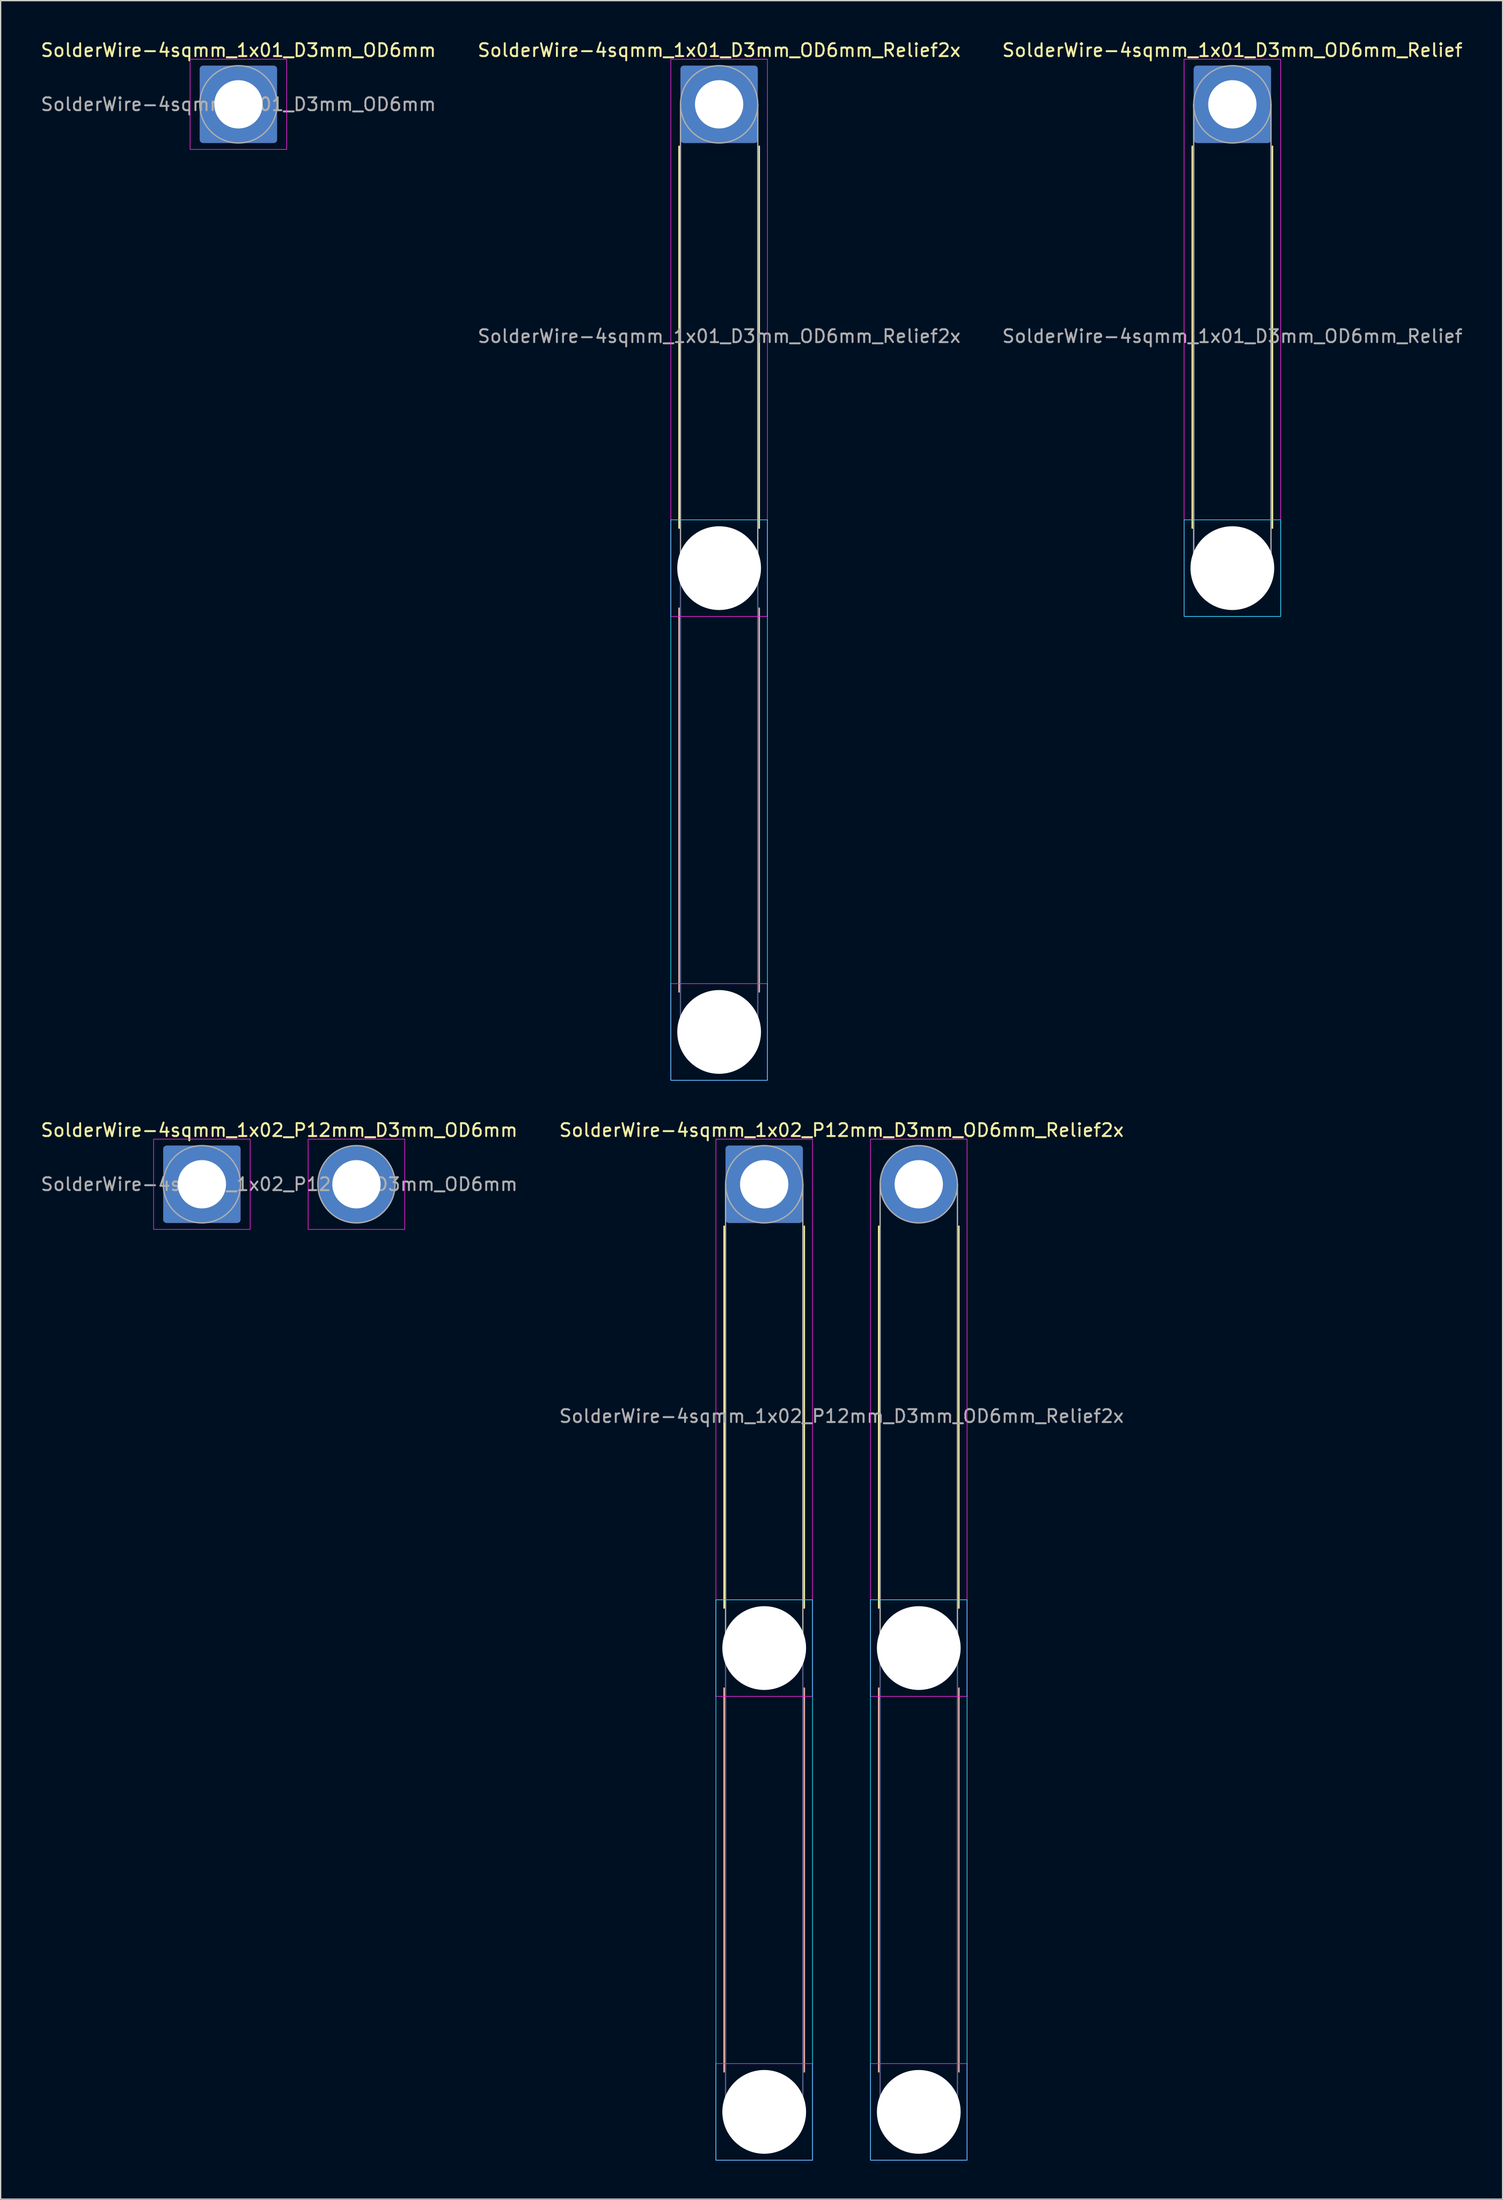
<source format=kicad_pcb>
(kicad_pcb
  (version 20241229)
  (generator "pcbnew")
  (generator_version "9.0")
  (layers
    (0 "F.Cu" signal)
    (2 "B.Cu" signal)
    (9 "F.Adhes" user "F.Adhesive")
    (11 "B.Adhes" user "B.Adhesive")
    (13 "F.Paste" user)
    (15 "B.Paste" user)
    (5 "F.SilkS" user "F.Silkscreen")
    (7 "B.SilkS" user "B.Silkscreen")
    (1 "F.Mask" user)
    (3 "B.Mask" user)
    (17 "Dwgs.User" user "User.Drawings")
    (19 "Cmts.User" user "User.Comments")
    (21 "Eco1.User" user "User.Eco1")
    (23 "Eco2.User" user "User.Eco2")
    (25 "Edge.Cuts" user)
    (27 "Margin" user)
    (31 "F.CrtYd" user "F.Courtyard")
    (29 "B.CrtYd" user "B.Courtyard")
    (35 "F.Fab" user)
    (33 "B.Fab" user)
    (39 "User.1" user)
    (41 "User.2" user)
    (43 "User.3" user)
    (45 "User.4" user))
  (footprint "SolderWire-4sqmm_1x01_D3mm_OD6mm"
    (layer "F.Cu")
    (at 15.458 5.048)
    (property "Reference" "SolderWire-4sqmm_1x01_D3mm_OD6mm" (at 0 -4.2 0) (layer "F.SilkS") (effects (font (size 1 1) (thickness 0.15))))
    (attr exclude_from_pos_files exclude_from_bom)
    (fp_rect (start -3.75 -3.5) (end 3.75 3.5) (stroke (width 0.05) (type solid)) (fill no) (layer "F.CrtYd"))
    (fp_circle (center 0 0) (end 3 0) (stroke (width 0.1) (type solid)) (fill no) (layer "F.Fab"))
    (fp_text user "${REFERENCE}" (at 0 0 0) (layer "F.Fab") (effects (font (size 1 1) (thickness 0.15))))
    (pad "1" thru_hole roundrect (at 0 0) (size 6 6) (drill 3.75) (layers "*.Cu" "*.Mask") (roundrect_rratio 0.042)))
  (footprint "SolderWire-4sqmm_1x01_D3mm_OD6mm_Relief"
    (layer "F.Cu")
    (at 92.625 5.048)
    (property "Reference" "SolderWire-4sqmm_1x01_D3mm_OD6mm_Relief" (at 0 -4.2 0) (layer "F.SilkS") (effects (font (size 1 1) (thickness 0.15))))
    (attr exclude_from_pos_files exclude_from_bom)
    (fp_line (start -3.11 3.26) (end -3.11 32.89) (stroke (width 0.12) (type solid)) (layer "F.SilkS"))
    (fp_line (start 3.11 3.26) (end 3.11 32.89) (stroke (width 0.12) (type solid)) (layer "F.SilkS"))
    (fp_rect (start -3.75 32.25) (end 3.75 39.75) (stroke (width 0.05) (type solid)) (fill no) (layer "B.CrtYd"))
    (fp_rect (start -3.75 -3.5) (end 3.75 39.75) (stroke (width 0.05) (type solid)) (fill no) (layer "F.CrtYd"))
    (fp_line (start -3 0) (end -3 36) (stroke (width 0.1) (type solid)) (layer "F.Fab"))
    (fp_line (start 3 0) (end 3 36) (stroke (width 0.1) (type solid)) (layer "F.Fab"))
    (fp_circle (center 0 0) (end 3 0) (stroke (width 0.1) (type solid)) (fill no) (layer "F.Fab"))
    (fp_circle (center 0 36) (end 3 36) (stroke (width 0.1) (type solid)) (fill no) (layer "F.Fab"))
    (fp_text user "${REFERENCE}" (at 0 18 0) (layer "F.Fab") (effects (font (size 1 1) (thickness 0.15))))
    (pad "" np_thru_hole circle (at 0 36) (size 6.5 6.5) (drill 6.5) (layers "*.Cu" "*.Mask"))
    (pad "1" thru_hole roundrect (at 0 0) (size 6 6) (drill 3.75) (layers "*.Cu" "*.Mask") (roundrect_rratio 0.042)))
  (footprint "SolderWire-4sqmm_1x01_D3mm_OD6mm_Relief2x"
    (layer "F.Cu")
    (at 52.78 5.048)
    (property "Reference" "SolderWire-4sqmm_1x01_D3mm_OD6mm_Relief2x" (at 0 -4.2 0) (layer "F.SilkS") (effects (font (size 1 1) (thickness 0.15))))
    (attr exclude_from_pos_files exclude_from_bom)
    (fp_line (start -3.11 3.26) (end -3.11 32.89) (stroke (width 0.12) (type solid)) (layer "F.SilkS"))
    (fp_line (start 3.11 3.26) (end 3.11 32.89) (stroke (width 0.12) (type solid)) (layer "F.SilkS"))
    (fp_line (start -3.11 39.11) (end -3.11 68.89) (stroke (width 0.12) (type solid)) (layer "B.SilkS"))
    (fp_line (start 3.11 39.11) (end 3.11 68.89) (stroke (width 0.12) (type solid)) (layer "B.SilkS"))
    (fp_rect (start -3.75 32.25) (end 3.75 75.75) (stroke (width 0.05) (type solid)) (fill no) (layer "B.CrtYd"))
    (fp_rect (start -3.75 -3.5) (end 3.75 39.75) (stroke (width 0.05) (type solid)) (fill no) (layer "F.CrtYd"))
    (fp_rect (start -3.75 68.25) (end 3.75 75.75) (stroke (width 0.05) (type solid)) (fill no) (layer "F.CrtYd"))
    (fp_line (start -3 36) (end -3 72) (stroke (width 0.1) (type solid)) (layer "B.Fab"))
    (fp_line (start 3 36) (end 3 72) (stroke (width 0.1) (type solid)) (layer "B.Fab"))
    (fp_circle (center 0 36) (end 3 36) (stroke (width 0.1) (type solid)) (fill no) (layer "B.Fab"))
    (fp_circle (center 0 72) (end 3 72) (stroke (width 0.1) (type solid)) (fill no) (layer "B.Fab"))
    (fp_line (start -3 0) (end -3 36) (stroke (width 0.1) (type solid)) (layer "F.Fab"))
    (fp_line (start 3 0) (end 3 36) (stroke (width 0.1) (type solid)) (layer "F.Fab"))
    (fp_circle (center 0 0) (end 3 0) (stroke (width 0.1) (type solid)) (fill no) (layer "F.Fab"))
    (fp_circle (center 0 36) (end 3 36) (stroke (width 0.1) (type solid)) (fill no) (layer "F.Fab"))
    (fp_circle (center 0 72) (end 3 72) (stroke (width 0.1) (type solid)) (fill no) (layer "F.Fab"))
    (fp_text user "${REFERENCE}" (at 0 18 0) (layer "F.Fab") (effects (font (size 1 1) (thickness 0.15))))
    (pad "" np_thru_hole circle (at 0 36) (size 6.5 6.5) (drill 6.5) (layers "*.Cu" "*.Mask"))
    (pad "" np_thru_hole circle (at 0 72) (size 6.5 6.5) (drill 6.5) (layers "*.Cu" "*.Mask"))
    (pad "1" thru_hole roundrect (at 0 0) (size 6 6) (drill 3.75) (layers "*.Cu" "*.Mask") (roundrect_rratio 0.042)))
  (footprint "SolderWire-4sqmm_1x02_P12mm_D3mm_OD6mm"
    (layer "F.Cu")
    (at 12.625 88.871)
    (property "Reference" "SolderWire-4sqmm_1x02_P12mm_D3mm_OD6mm" (at 6 -4.2 0) (layer "F.SilkS") (effects (font (size 1 1) (thickness 0.15))))
    (attr exclude_from_pos_files exclude_from_bom)
    (fp_rect (start -3.75 -3.5) (end 3.75 3.5) (stroke (width 0.05) (type solid)) (fill no) (layer "F.CrtYd"))
    (fp_rect (start 8.25 -3.5) (end 15.75 3.5) (stroke (width 0.05) (type solid)) (fill no) (layer "F.CrtYd"))
    (fp_circle (center 0 0) (end 3 0) (stroke (width 0.1) (type solid)) (fill no) (layer "F.Fab"))
    (fp_circle (center 12 0) (end 15 0) (stroke (width 0.1) (type solid)) (fill no) (layer "F.Fab"))
    (fp_text user "${REFERENCE}" (at 6 0 0) (layer "F.Fab") (effects (font (size 1 1) (thickness 0.15))))
    (pad "1" thru_hole roundrect (at 0 0) (size 6 6) (drill 3.75) (layers "*.Cu" "*.Mask") (roundrect_rratio 0.042))
    (pad "2" thru_hole circle (at 12 0) (size 6 6) (drill 3.75) (layers "*.Cu" "*.Mask")))
  (footprint "SolderWire-4sqmm_1x02_P12mm_D3mm_OD6mm_Relief2x"
    (layer "F.Cu")
    (at 56.28 88.871)
    (property "Reference" "SolderWire-4sqmm_1x02_P12mm_D3mm_OD6mm_Relief2x" (at 6 -4.2 0) (layer "F.SilkS") (effects (font (size 1 1) (thickness 0.15))))
    (attr exclude_from_pos_files exclude_from_bom)
    (fp_line (start -3.11 3.26) (end -3.11 32.89) (stroke (width 0.12) (type solid)) (layer "F.SilkS"))
    (fp_line (start 3.11 3.26) (end 3.11 32.89) (stroke (width 0.12) (type solid)) (layer "F.SilkS"))
    (fp_line (start 8.89 3.26) (end 8.89 32.89) (stroke (width 0.12) (type solid)) (layer "F.SilkS"))
    (fp_line (start 15.11 3.26) (end 15.11 32.89) (stroke (width 0.12) (type solid)) (layer "F.SilkS"))
    (fp_line (start -3.11 39.11) (end -3.11 68.89) (stroke (width 0.12) (type solid)) (layer "B.SilkS"))
    (fp_line (start 3.11 39.11) (end 3.11 68.89) (stroke (width 0.12) (type solid)) (layer "B.SilkS"))
    (fp_line (start 8.89 39.11) (end 8.89 68.89) (stroke (width 0.12) (type solid)) (layer "B.SilkS"))
    (fp_line (start 15.11 39.11) (end 15.11 68.89) (stroke (width 0.12) (type solid)) (layer "B.SilkS"))
    (fp_rect (start -3.75 32.25) (end 3.75 75.75) (stroke (width 0.05) (type solid)) (fill no) (layer "B.CrtYd"))
    (fp_rect (start 8.25 32.25) (end 15.75 75.75) (stroke (width 0.05) (type solid)) (fill no) (layer "B.CrtYd"))
    (fp_rect (start -3.75 -3.5) (end 3.75 39.75) (stroke (width 0.05) (type solid)) (fill no) (layer "F.CrtYd"))
    (fp_rect (start -3.75 68.25) (end 3.75 75.75) (stroke (width 0.05) (type solid)) (fill no) (layer "F.CrtYd"))
    (fp_rect (start 8.25 -3.5) (end 15.75 39.75) (stroke (width 0.05) (type solid)) (fill no) (layer "F.CrtYd"))
    (fp_rect (start 8.25 68.25) (end 15.75 75.75) (stroke (width 0.05) (type solid)) (fill no) (layer "F.CrtYd"))
    (fp_line (start -3 36) (end -3 72) (stroke (width 0.1) (type solid)) (layer "B.Fab"))
    (fp_line (start 3 36) (end 3 72) (stroke (width 0.1) (type solid)) (layer "B.Fab"))
    (fp_line (start 9 36) (end 9 72) (stroke (width 0.1) (type solid)) (layer "B.Fab"))
    (fp_line (start 15 36) (end 15 72) (stroke (width 0.1) (type solid)) (layer "B.Fab"))
    (fp_circle (center 0 36) (end 3 36) (stroke (width 0.1) (type solid)) (fill no) (layer "B.Fab"))
    (fp_circle (center 0 72) (end 3 72) (stroke (width 0.1) (type solid)) (fill no) (layer "B.Fab"))
    (fp_circle (center 12 36) (end 15 36) (stroke (width 0.1) (type solid)) (fill no) (layer "B.Fab"))
    (fp_circle (center 12 72) (end 15 72) (stroke (width 0.1) (type solid)) (fill no) (layer "B.Fab"))
    (fp_line (start -3 0) (end -3 36) (stroke (width 0.1) (type solid)) (layer "F.Fab"))
    (fp_line (start 3 0) (end 3 36) (stroke (width 0.1) (type solid)) (layer "F.Fab"))
    (fp_line (start 9 0) (end 9 36) (stroke (width 0.1) (type solid)) (layer "F.Fab"))
    (fp_line (start 15 0) (end 15 36) (stroke (width 0.1) (type solid)) (layer "F.Fab"))
    (fp_circle (center 0 0) (end 3 0) (stroke (width 0.1) (type solid)) (fill no) (layer "F.Fab"))
    (fp_circle (center 0 36) (end 3 36) (stroke (width 0.1) (type solid)) (fill no) (layer "F.Fab"))
    (fp_circle (center 0 72) (end 3 72) (stroke (width 0.1) (type solid)) (fill no) (layer "F.Fab"))
    (fp_circle (center 12 0) (end 15 0) (stroke (width 0.1) (type solid)) (fill no) (layer "F.Fab"))
    (fp_circle (center 12 36) (end 15 36) (stroke (width 0.1) (type solid)) (fill no) (layer "F.Fab"))
    (fp_circle (center 12 72) (end 15 72) (stroke (width 0.1) (type solid)) (fill no) (layer "F.Fab"))
    (fp_text user "${REFERENCE}" (at 6 18 0) (layer "F.Fab") (effects (font (size 1 1) (thickness 0.15))))
    (pad "" np_thru_hole circle (at 0 36) (size 6.5 6.5) (drill 6.5) (layers "*.Cu" "*.Mask"))
    (pad "" np_thru_hole circle (at 0 72) (size 6.5 6.5) (drill 6.5) (layers "*.Cu" "*.Mask"))
    (pad "" np_thru_hole circle (at 12 36) (size 6.5 6.5) (drill 6.5) (layers "*.Cu" "*.Mask"))
    (pad "" np_thru_hole circle (at 12 72) (size 6.5 6.5) (drill 6.5) (layers "*.Cu" "*.Mask"))
    (pad "1" thru_hole roundrect (at 0 0) (size 6 6) (drill 3.75) (layers "*.Cu" "*.Mask") (roundrect_rratio 0.042))
    (pad "2" thru_hole circle (at 12 0) (size 6 6) (drill 3.75) (layers "*.Cu" "*.Mask")))
  (gr_rect
    (start -3 -3)
    (end 113.607 167.647)
    (stroke (width 0.1) (type default))
    (fill no)
    (layer "Edge.Cuts")))
</source>
